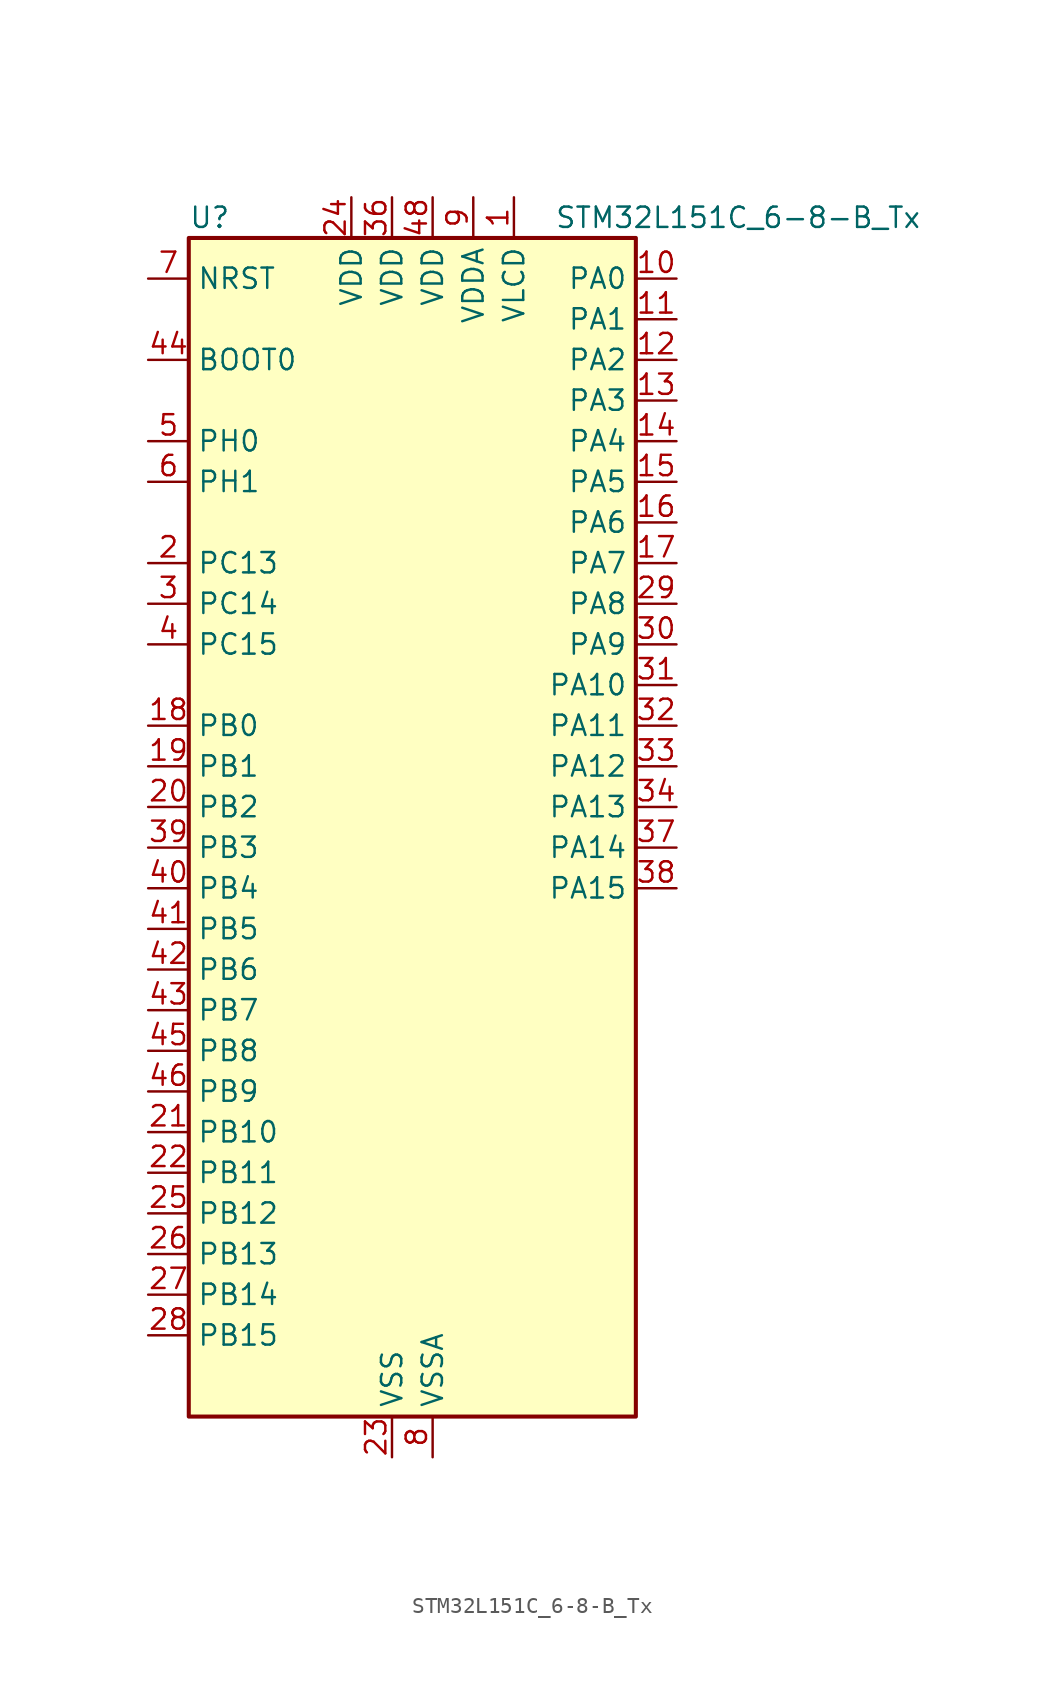
<source format=kicad_sym>
(kicad_symbol_lib
  (version 20231120)
  (generator "kicad-library-utils")
  (generator_version "8.0")
  (symbol "STM32L151C_6-8-B_Tx"
    (property "Reference" "U"
      (at -12.7 39.37 0)
      (effects (font (size 1.27 1.27)) (justify left)))
    (property "Value" "STM32L151C_6-8-B_Tx"
      (at 10.16 39.37 0)
      (effects (font (size 1.27 1.27)) (justify left)))
    (symbol "STM32L151C_6-8-B_Tx_0_1"
      (rectangle (start -12.7 -35.56) (end 15.24 38.1) (stroke (width 0.254) (type default)) (fill (type background))))
    (symbol "STM32L151C_6-8-B_Tx_1_1"
      (pin power_in line (at 7.62 40.64 270) (length 2.54) (name "VLCD" (effects (font (size 1.27 1.27)))) (number "1" (effects (font (size 1.27 1.27)))))
      (pin bidirectional line (at 17.78 35.56 180) (length 2.54) (name "PA0" (effects (font (size 1.27 1.27)))) (number "10" (effects (font (size 1.27 1.27)))) (alternate "ADC_IN0" bidirectional line) (alternate "COMP1_INP" bidirectional line) (alternate "SYS_WKUP1" bidirectional line) (alternate "TIM2_CH1" bidirectional line) (alternate "TIM2_ETR" bidirectional line) (alternate "TIMX_IC1" bidirectional line) (alternate "TS_G1_IO1" bidirectional line) (alternate "USART2_CTS" bidirectional line))
      (pin bidirectional line (at 17.78 33.02 180) (length 2.54) (name "PA1" (effects (font (size 1.27 1.27)))) (number "11" (effects (font (size 1.27 1.27)))) (alternate "ADC_IN1" bidirectional line) (alternate "COMP1_INP" bidirectional line) (alternate "TIM2_CH2" bidirectional line) (alternate "TIMX_IC2" bidirectional line) (alternate "TS_G1_IO2" bidirectional line) (alternate "USART2_RTS" bidirectional line))
      (pin bidirectional line (at 17.78 30.48 180) (length 2.54) (name "PA2" (effects (font (size 1.27 1.27)))) (number "12" (effects (font (size 1.27 1.27)))) (alternate "ADC_IN2" bidirectional line) (alternate "COMP1_INP" bidirectional line) (alternate "TIM2_CH3" bidirectional line) (alternate "TIM9_CH1" bidirectional line) (alternate "TIMX_IC3" bidirectional line) (alternate "TS_G1_IO3" bidirectional line) (alternate "USART2_TX" bidirectional line))
      (pin bidirectional line (at 17.78 27.94 180) (length 2.54) (name "PA3" (effects (font (size 1.27 1.27)))) (number "13" (effects (font (size 1.27 1.27)))) (alternate "ADC_IN3" bidirectional line) (alternate "COMP1_INP" bidirectional line) (alternate "TIM2_CH4" bidirectional line) (alternate "TIM9_CH2" bidirectional line) (alternate "TIMX_IC4" bidirectional line) (alternate "TS_G1_IO4" bidirectional line) (alternate "USART2_RX" bidirectional line))
      (pin bidirectional line (at 17.78 25.4 180) (length 2.54) (name "PA4" (effects (font (size 1.27 1.27)))) (number "14" (effects (font (size 1.27 1.27)))) (alternate "ADC_IN4" bidirectional line) (alternate "COMP1_INP" bidirectional line) (alternate "DAC_OUT1" bidirectional line) (alternate "SPI1_NSS" bidirectional line) (alternate "TIMX_IC1" bidirectional line) (alternate "USART2_CK" bidirectional line))
      (pin bidirectional line (at 17.78 22.86 180) (length 2.54) (name "PA5" (effects (font (size 1.27 1.27)))) (number "15" (effects (font (size 1.27 1.27)))) (alternate "ADC_IN5" bidirectional line) (alternate "COMP1_INP" bidirectional line) (alternate "DAC_OUT2" bidirectional line) (alternate "SPI1_SCK" bidirectional line) (alternate "TIM2_CH1" bidirectional line) (alternate "TIM2_ETR" bidirectional line) (alternate "TIMX_IC2" bidirectional line))
      (pin bidirectional line (at 17.78 20.32 180) (length 2.54) (name "PA6" (effects (font (size 1.27 1.27)))) (number "16" (effects (font (size 1.27 1.27)))) (alternate "ADC_IN6" bidirectional line) (alternate "COMP1_INP" bidirectional line) (alternate "SPI1_MISO" bidirectional line) (alternate "TIM10_CH1" bidirectional line) (alternate "TIM3_CH1" bidirectional line) (alternate "TIMX_IC3" bidirectional line) (alternate "TS_G2_IO1" bidirectional line))
      (pin bidirectional line (at 17.78 17.78 180) (length 2.54) (name "PA7" (effects (font (size 1.27 1.27)))) (number "17" (effects (font (size 1.27 1.27)))) (alternate "ADC_IN7" bidirectional line) (alternate "COMP1_INP" bidirectional line) (alternate "SPI1_MOSI" bidirectional line) (alternate "TIM11_CH1" bidirectional line) (alternate "TIM3_CH2" bidirectional line) (alternate "TIMX_IC4" bidirectional line) (alternate "TS_G2_IO2" bidirectional line))
      (pin bidirectional line (at -15.24 7.62 0) (length 2.54) (name "PB0" (effects (font (size 1.27 1.27)))) (number "18" (effects (font (size 1.27 1.27)))) (alternate "ADC_IN8" bidirectional line) (alternate "COMP1_INP" bidirectional line) (alternate "SYS_V_REF_OUT" bidirectional line) (alternate "TIM3_CH3" bidirectional line) (alternate "TS_G3_IO1" bidirectional line))
      (pin bidirectional line (at -15.24 5.08 0) (length 2.54) (name "PB1" (effects (font (size 1.27 1.27)))) (number "19" (effects (font (size 1.27 1.27)))) (alternate "ADC_IN9" bidirectional line) (alternate "COMP1_INP" bidirectional line) (alternate "SYS_V_REF_OUT" bidirectional line) (alternate "TIM3_CH4" bidirectional line) (alternate "TS_G3_IO2" bidirectional line))
      (pin bidirectional line (at -15.24 17.78 0) (length 2.54) (name "PC13" (effects (font (size 1.27 1.27)))) (number "2" (effects (font (size 1.27 1.27)))) (alternate "RTC_OUT_ALARM" bidirectional line) (alternate "RTC_OUT_CALIB" bidirectional line) (alternate "RTC_TAMP1" bidirectional line) (alternate "RTC_TS" bidirectional line) (alternate "SYS_WKUP2" bidirectional line) (alternate "TIMX_IC2" bidirectional line))
      (pin bidirectional line (at -15.24 2.54 0) (length 2.54) (name "PB2" (effects (font (size 1.27 1.27)))) (number "20" (effects (font (size 1.27 1.27)))))
      (pin bidirectional line (at -15.24 -17.78 0) (length 2.54) (name "PB10" (effects (font (size 1.27 1.27)))) (number "21" (effects (font (size 1.27 1.27)))) (alternate "I2C2_SCL" bidirectional line) (alternate "TIM2_CH3" bidirectional line) (alternate "USART3_TX" bidirectional line))
      (pin bidirectional line (at -15.24 -20.32 0) (length 2.54) (name "PB11" (effects (font (size 1.27 1.27)))) (number "22" (effects (font (size 1.27 1.27)))) (alternate "ADC_EXTI11" bidirectional line) (alternate "I2C2_SDA" bidirectional line) (alternate "TIM2_CH4" bidirectional line) (alternate "USART3_RX" bidirectional line))
      (pin power_in line (at 0 -38.1 90) (length 2.54) (name "VSS" (effects (font (size 1.27 1.27)))) (number "23" (effects (font (size 1.27 1.27)))))
      (pin power_in line (at -2.54 40.64 270) (length 2.54) (name "VDD" (effects (font (size 1.27 1.27)))) (number "24" (effects (font (size 1.27 1.27)))))
      (pin bidirectional line (at -15.24 -22.86 0) (length 2.54) (name "PB12" (effects (font (size 1.27 1.27)))) (number "25" (effects (font (size 1.27 1.27)))) (alternate "ADC_IN18" bidirectional line) (alternate "COMP1_INP" bidirectional line) (alternate "I2C2_SMBA" bidirectional line) (alternate "SPI2_NSS" bidirectional line) (alternate "TIM10_CH1" bidirectional line) (alternate "TS_G7_IO1" bidirectional line) (alternate "USART3_CK" bidirectional line))
      (pin bidirectional line (at -15.24 -25.4 0) (length 2.54) (name "PB13" (effects (font (size 1.27 1.27)))) (number "26" (effects (font (size 1.27 1.27)))) (alternate "ADC_IN19" bidirectional line) (alternate "COMP1_INP" bidirectional line) (alternate "SPI2_SCK" bidirectional line) (alternate "TIM9_CH1" bidirectional line) (alternate "TS_G7_IO2" bidirectional line) (alternate "USART3_CTS" bidirectional line))
      (pin bidirectional line (at -15.24 -27.94 0) (length 2.54) (name "PB14" (effects (font (size 1.27 1.27)))) (number "27" (effects (font (size 1.27 1.27)))) (alternate "ADC_IN20" bidirectional line) (alternate "COMP1_INP" bidirectional line) (alternate "SPI2_MISO" bidirectional line) (alternate "TIM9_CH2" bidirectional line) (alternate "TS_G7_IO3" bidirectional line) (alternate "USART3_RTS" bidirectional line))
      (pin bidirectional line (at -15.24 -30.48 0) (length 2.54) (name "PB15" (effects (font (size 1.27 1.27)))) (number "28" (effects (font (size 1.27 1.27)))) (alternate "ADC_EXTI15" bidirectional line) (alternate "ADC_IN21" bidirectional line) (alternate "COMP1_INP" bidirectional line) (alternate "RTC_REFIN" bidirectional line) (alternate "SPI2_MOSI" bidirectional line) (alternate "TIM11_CH1" bidirectional line) (alternate "TS_G7_IO4" bidirectional line))
      (pin bidirectional line (at 17.78 15.24 180) (length 2.54) (name "PA8" (effects (font (size 1.27 1.27)))) (number "29" (effects (font (size 1.27 1.27)))) (alternate "RCC_MCO" bidirectional line) (alternate "TIMX_IC1" bidirectional line) (alternate "TS_G4_IO1" bidirectional line) (alternate "USART1_CK" bidirectional line))
      (pin bidirectional line (at -15.24 15.24 0) (length 2.54) (name "PC14" (effects (font (size 1.27 1.27)))) (number "3" (effects (font (size 1.27 1.27)))) (alternate "RCC_OSC32_IN" bidirectional line) (alternate "TIMX_IC3" bidirectional line))
      (pin bidirectional line (at 17.78 12.7 180) (length 2.54) (name "PA9" (effects (font (size 1.27 1.27)))) (number "30" (effects (font (size 1.27 1.27)))) (alternate "DAC_EXTI9" bidirectional line) (alternate "TIMX_IC2" bidirectional line) (alternate "TS_G4_IO2" bidirectional line) (alternate "USART1_TX" bidirectional line))
      (pin bidirectional line (at 17.78 10.16 180) (length 2.54) (name "PA10" (effects (font (size 1.27 1.27)))) (number "31" (effects (font (size 1.27 1.27)))) (alternate "TIMX_IC3" bidirectional line) (alternate "TS_G4_IO3" bidirectional line) (alternate "USART1_RX" bidirectional line))
      (pin bidirectional line (at 17.78 7.62 180) (length 2.54) (name "PA11" (effects (font (size 1.27 1.27)))) (number "32" (effects (font (size 1.27 1.27)))) (alternate "ADC_EXTI11" bidirectional line) (alternate "SPI1_MISO" bidirectional line) (alternate "TIMX_IC4" bidirectional line) (alternate "USART1_CTS" bidirectional line) (alternate "USB_DM" bidirectional line))
      (pin bidirectional line (at 17.78 5.08 180) (length 2.54) (name "PA12" (effects (font (size 1.27 1.27)))) (number "33" (effects (font (size 1.27 1.27)))) (alternate "SPI1_MOSI" bidirectional line) (alternate "TIMX_IC1" bidirectional line) (alternate "USART1_RTS" bidirectional line) (alternate "USB_DP" bidirectional line))
      (pin bidirectional line (at 17.78 2.54 180) (length 2.54) (name "PA13" (effects (font (size 1.27 1.27)))) (number "34" (effects (font (size 1.27 1.27)))) (alternate "SYS_JTMS-SWDIO" bidirectional line) (alternate "TIMX_IC2" bidirectional line) (alternate "TS_G5_IO1" bidirectional line))
      (pin passive line (at 0 -38.1 90) (length 2.54) hide (name "VSS" (effects (font (size 1.27 1.27)))) (number "35" (effects (font (size 1.27 1.27)))))
      (pin power_in line (at 0 40.64 270) (length 2.54) (name "VDD" (effects (font (size 1.27 1.27)))) (number "36" (effects (font (size 1.27 1.27)))))
      (pin bidirectional line (at 17.78 0 180) (length 2.54) (name "PA14" (effects (font (size 1.27 1.27)))) (number "37" (effects (font (size 1.27 1.27)))) (alternate "SYS_JTCK-SWCLK" bidirectional line) (alternate "TIMX_IC3" bidirectional line) (alternate "TS_G5_IO2" bidirectional line))
      (pin bidirectional line (at 17.78 -2.54 180) (length 2.54) (name "PA15" (effects (font (size 1.27 1.27)))) (number "38" (effects (font (size 1.27 1.27)))) (alternate "ADC_EXTI15" bidirectional line) (alternate "SPI1_NSS" bidirectional line) (alternate "SYS_JTDI" bidirectional line) (alternate "TIM2_CH1" bidirectional line) (alternate "TIM2_ETR" bidirectional line) (alternate "TIMX_IC4" bidirectional line) (alternate "TS_G5_IO3" bidirectional line))
      (pin bidirectional line (at -15.24 0 0) (length 2.54) (name "PB3" (effects (font (size 1.27 1.27)))) (number "39" (effects (font (size 1.27 1.27)))) (alternate "COMP2_INM" bidirectional line) (alternate "SPI1_SCK" bidirectional line) (alternate "SYS_JTDO-TRACESWO" bidirectional line) (alternate "TIM2_CH2" bidirectional line))
      (pin bidirectional line (at -15.24 12.7 0) (length 2.54) (name "PC15" (effects (font (size 1.27 1.27)))) (number "4" (effects (font (size 1.27 1.27)))) (alternate "ADC_EXTI15" bidirectional line) (alternate "RCC_OSC32_OUT" bidirectional line) (alternate "TIMX_IC4" bidirectional line))
      (pin bidirectional line (at -15.24 -2.54 0) (length 2.54) (name "PB4" (effects (font (size 1.27 1.27)))) (number "40" (effects (font (size 1.27 1.27)))) (alternate "COMP2_INP" bidirectional line) (alternate "SPI1_MISO" bidirectional line) (alternate "SYS_JTRST" bidirectional line) (alternate "TIM3_CH1" bidirectional line) (alternate "TS_G6_IO1" bidirectional line))
      (pin bidirectional line (at -15.24 -5.08 0) (length 2.54) (name "PB5" (effects (font (size 1.27 1.27)))) (number "41" (effects (font (size 1.27 1.27)))) (alternate "COMP2_INP" bidirectional line) (alternate "I2C1_SMBA" bidirectional line) (alternate "SPI1_MOSI" bidirectional line) (alternate "TIM3_CH2" bidirectional line) (alternate "TS_G6_IO2" bidirectional line))
      (pin bidirectional line (at -15.24 -7.62 0) (length 2.54) (name "PB6" (effects (font (size 1.27 1.27)))) (number "42" (effects (font (size 1.27 1.27)))) (alternate "I2C1_SCL" bidirectional line) (alternate "TIM4_CH1" bidirectional line) (alternate "USART1_TX" bidirectional line))
      (pin bidirectional line (at -15.24 -10.16 0) (length 2.54) (name "PB7" (effects (font (size 1.27 1.27)))) (number "43" (effects (font (size 1.27 1.27)))) (alternate "I2C1_SDA" bidirectional line) (alternate "SYS_PVD_IN" bidirectional line) (alternate "TIM4_CH2" bidirectional line) (alternate "USART1_RX" bidirectional line))
      (pin input line (at -15.24 30.48 0) (length 2.54) (name "BOOT0" (effects (font (size 1.27 1.27)))) (number "44" (effects (font (size 1.27 1.27)))))
      (pin bidirectional line (at -15.24 -12.7 0) (length 2.54) (name "PB8" (effects (font (size 1.27 1.27)))) (number "45" (effects (font (size 1.27 1.27)))) (alternate "I2C1_SCL" bidirectional line) (alternate "TIM10_CH1" bidirectional line) (alternate "TIM4_CH3" bidirectional line))
      (pin bidirectional line (at -15.24 -15.24 0) (length 2.54) (name "PB9" (effects (font (size 1.27 1.27)))) (number "46" (effects (font (size 1.27 1.27)))) (alternate "DAC_EXTI9" bidirectional line) (alternate "I2C1_SDA" bidirectional line) (alternate "TIM11_CH1" bidirectional line) (alternate "TIM4_CH4" bidirectional line))
      (pin passive line (at 0 -38.1 90) (length 2.54) hide (name "VSS" (effects (font (size 1.27 1.27)))) (number "47" (effects (font (size 1.27 1.27)))))
      (pin power_in line (at 2.54 40.64 270) (length 2.54) (name "VDD" (effects (font (size 1.27 1.27)))) (number "48" (effects (font (size 1.27 1.27)))))
      (pin bidirectional line (at -15.24 25.4 0) (length 2.54) (name "PH0" (effects (font (size 1.27 1.27)))) (number "5" (effects (font (size 1.27 1.27)))) (alternate "RCC_OSC_IN" bidirectional line))
      (pin bidirectional line (at -15.24 22.86 0) (length 2.54) (name "PH1" (effects (font (size 1.27 1.27)))) (number "6" (effects (font (size 1.27 1.27)))) (alternate "RCC_OSC_OUT" bidirectional line))
      (pin input line (at -15.24 35.56 0) (length 2.54) (name "NRST" (effects (font (size 1.27 1.27)))) (number "7" (effects (font (size 1.27 1.27)))))
      (pin power_in line (at 2.54 -38.1 90) (length 2.54) (name "VSSA" (effects (font (size 1.27 1.27)))) (number "8" (effects (font (size 1.27 1.27)))))
      (pin power_in line (at 5.08 40.64 270) (length 2.54) (name "VDDA" (effects (font (size 1.27 1.27)))) (number "9" (effects (font (size 1.27 1.27))))))))
</source>
